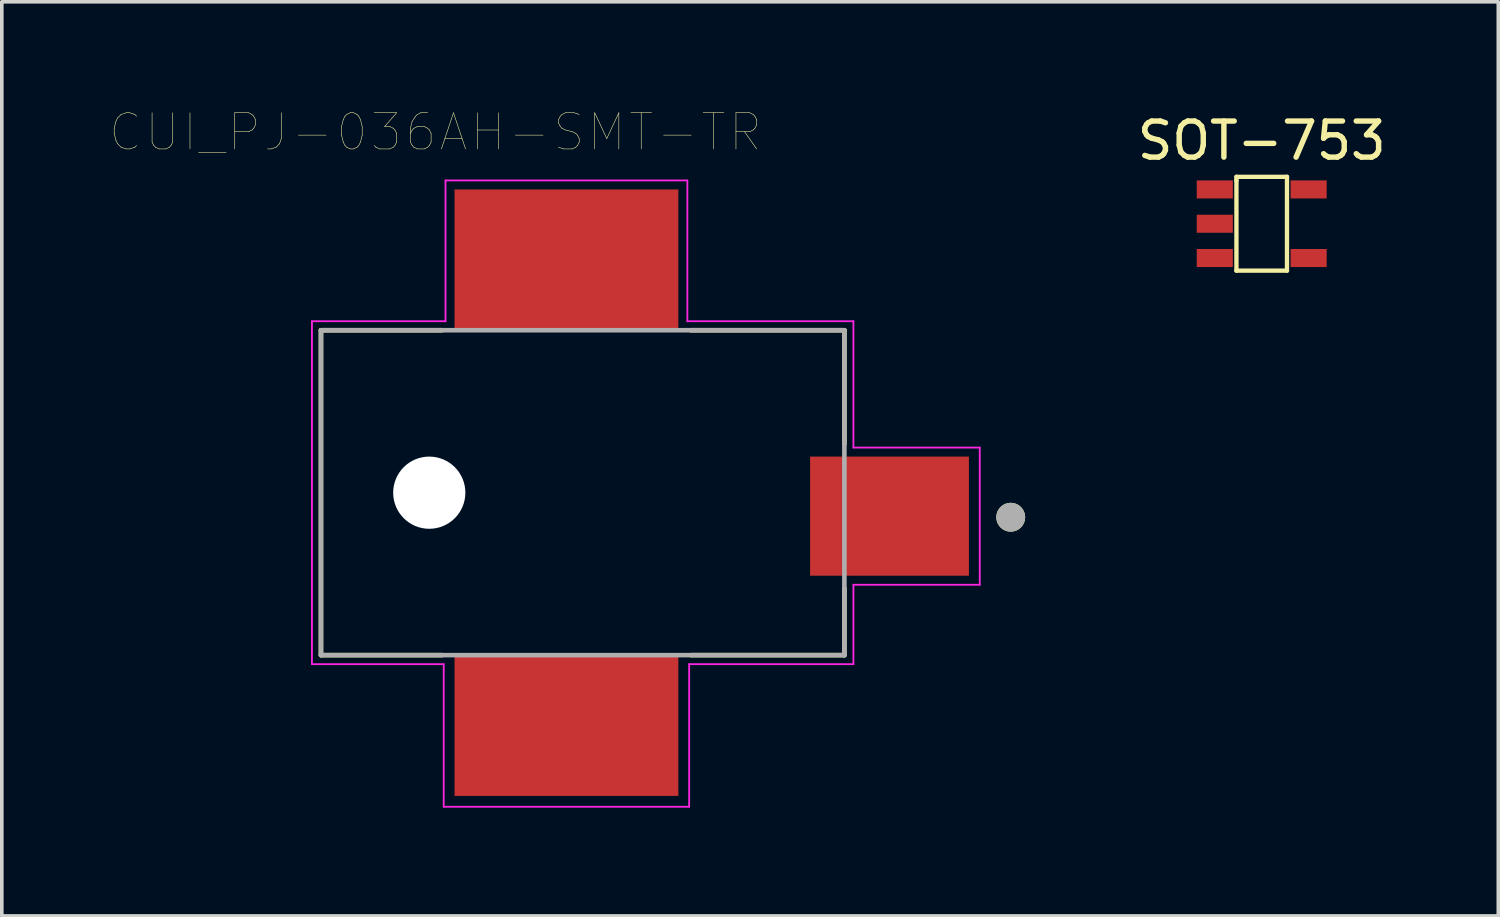
<source format=kicad_pcb>
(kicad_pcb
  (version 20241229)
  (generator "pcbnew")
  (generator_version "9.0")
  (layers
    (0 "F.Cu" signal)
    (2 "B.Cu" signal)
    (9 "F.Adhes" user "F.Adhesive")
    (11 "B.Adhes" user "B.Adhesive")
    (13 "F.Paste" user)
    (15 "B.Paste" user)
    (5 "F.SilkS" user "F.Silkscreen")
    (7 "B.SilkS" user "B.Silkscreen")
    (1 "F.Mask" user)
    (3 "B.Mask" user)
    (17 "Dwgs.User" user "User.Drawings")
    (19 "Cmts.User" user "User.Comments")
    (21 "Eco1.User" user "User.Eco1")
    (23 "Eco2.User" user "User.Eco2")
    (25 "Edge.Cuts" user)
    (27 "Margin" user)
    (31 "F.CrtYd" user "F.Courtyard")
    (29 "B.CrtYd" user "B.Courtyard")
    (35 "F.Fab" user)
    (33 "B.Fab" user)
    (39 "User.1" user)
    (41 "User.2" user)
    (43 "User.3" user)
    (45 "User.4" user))
  (footprint "SOT-753"
    (layer "F.Cu")
    (at 31.903 3.148)
    (property "Reference" "SOT-753" (at 0 -2.3 0) (layer "F.SilkS") (effects (font (size 1 1) (thickness 0.15))))
    (attr through_hole)
    (fp_line (start -0.7 -1.3) (end -0.7 -1.2) (stroke (width 0.12) (type solid)) (layer "F.SilkS"))
    (fp_line (start -0.7 -1.2) (end -0.7 1.3) (stroke (width 0.12) (type solid)) (layer "F.SilkS"))
    (fp_line (start -0.7 1.3) (end 0.7 1.3) (stroke (width 0.12) (type solid)) (layer "F.SilkS"))
    (fp_line (start 0.7 -1.3) (end -0.7 -1.3) (stroke (width 0.12) (type solid)) (layer "F.SilkS"))
    (fp_line (start 0.7 1.3) (end 0.7 -1.3) (stroke (width 0.12) (type solid)) (layer "F.SilkS"))
    (pad "1" smd rect (at -1.3 -0.95) (size 1 0.5) (layers "F.Cu" "F.Mask" "F.Paste"))
    (pad "2" smd rect (at -1.3 0) (size 1 0.5) (layers "F.Cu" "F.Mask" "F.Paste"))
    (pad "3" smd rect (at -1.3 0.95) (size 1 0.5) (layers "F.Cu" "F.Mask" "F.Paste"))
    (pad "4" smd rect (at 1.3 0.95) (size 1 0.5) (layers "F.Cu" "F.Mask" "F.Paste"))
    (pad "5" smd rect (at 1.3 -0.95) (size 1 0.5) (layers "F.Cu" "F.Mask" "F.Paste")))
  (footprint "CUI_PJ-036AH-SMT-TR"
    (layer "F.Cu")
    (at 21.592 11.249)
    (property "Reference" "CUI_PJ-036AH-SMT-TR" (at -12.58 -10.636 0) (layer "F.SilkS") (effects (font (size 1.002 1.002) (thickness 0.015))))
    (attr through_hole)
    (fp_line (start -15.75 -5.15) (end -15.75 3.85) (stroke (width 0.127) (type solid)) (layer "F.SilkS"))
    (fp_line (start -15.75 3.85) (end -12.4 3.85) (stroke (width 0.127) (type solid)) (layer "F.SilkS"))
    (fp_line (start -12.4 -5.15) (end -15.75 -5.15) (stroke (width 0.127) (type solid)) (layer "F.SilkS"))
    (fp_line (start -5.5 3.85) (end -1.25 3.85) (stroke (width 0.127) (type solid)) (layer "F.SilkS"))
    (fp_line (start -1.25 -5.15) (end -5.5 -5.15) (stroke (width 0.127) (type solid)) (layer "F.SilkS"))
    (fp_line (start -1.25 -2) (end -1.25 -5.15) (stroke (width 0.127) (type solid)) (layer "F.SilkS"))
    (fp_line (start -1.25 3.85) (end -1.25 2) (stroke (width 0.127) (type solid)) (layer "F.SilkS"))
    (fp_circle (center 3.358 0.03) (end 3.558 0.03) (stroke (width 0.4) (type solid)) (fill no) (layer "F.SilkS"))
    (fp_line (start -16 -5.4) (end -16 4.1) (stroke (width 0.05) (type solid)) (layer "F.CrtYd"))
    (fp_line (start -16 4.1) (end -12.35 4.1) (stroke (width 0.05) (type solid)) (layer "F.CrtYd"))
    (fp_line (start -12.35 4.1) (end -12.35 8.05) (stroke (width 0.05) (type solid)) (layer "F.CrtYd"))
    (fp_line (start -12.35 8.05) (end -5.55 8.05) (stroke (width 0.05) (type solid)) (layer "F.CrtYd"))
    (fp_line (start -12.3 -9.3) (end -5.6 -9.3) (stroke (width 0.05) (type solid)) (layer "F.CrtYd"))
    (fp_line (start -12.3 -5.4) (end -16 -5.4) (stroke (width 0.05) (type solid)) (layer "F.CrtYd"))
    (fp_line (start -12.3 -5.4) (end -12.3 -9.3) (stroke (width 0.05) (type solid)) (layer "F.CrtYd"))
    (fp_line (start -5.6 -9.3) (end -5.6 -5.4) (stroke (width 0.05) (type solid)) (layer "F.CrtYd"))
    (fp_line (start -5.55 4.1) (end -1 4.1) (stroke (width 0.05) (type solid)) (layer "F.CrtYd"))
    (fp_line (start -5.55 8.05) (end -5.55 4.1) (stroke (width 0.05) (type solid)) (layer "F.CrtYd"))
    (fp_line (start -1 -5.4) (end -5.6 -5.4) (stroke (width 0.05) (type solid)) (layer "F.CrtYd"))
    (fp_line (start -1 -1.9) (end -1 -5.4) (stroke (width 0.05) (type solid)) (layer "F.CrtYd"))
    (fp_line (start -1 -1.9) (end 2.5 -1.9) (stroke (width 0.05) (type solid)) (layer "F.CrtYd"))
    (fp_line (start -1 4.1) (end -1 1.9) (stroke (width 0.05) (type solid)) (layer "F.CrtYd"))
    (fp_line (start 2.5 -1.9) (end 2.5 1.9) (stroke (width 0.05) (type solid)) (layer "F.CrtYd"))
    (fp_line (start 2.5 1.9) (end -1 1.9) (stroke (width 0.05) (type solid)) (layer "F.CrtYd"))
    (fp_line (start -15.75 -5.15) (end -15.75 3.85) (stroke (width 0.127) (type solid)) (layer "F.Fab"))
    (fp_line (start -15.75 3.85) (end -1.25 3.85) (stroke (width 0.127) (type solid)) (layer "F.Fab"))
    (fp_line (start -1.25 -5.15) (end -15.75 -5.15) (stroke (width 0.127) (type solid)) (layer "F.Fab"))
    (fp_line (start -1.25 3.85) (end -1.25 -5.15) (stroke (width 0.127) (type solid)) (layer "F.Fab"))
    (fp_circle (center 3.358 0.03) (end 3.558 0.03) (stroke (width 0.4) (type solid)) (fill no) (layer "F.Fab"))
    (pad "" np_thru_hole circle (at -12.75 -0.65) (size 2 2) (drill 2) (layers "*.Cu" "*.Mask"))
    (pad "1" smd rect (at 0 0) (size 4.4 3.3) (layers "F.Cu" "F.Mask" "F.Paste"))
    (pad "2" smd rect (at -8.95 -7.1) (size 6.2 3.9) (layers "F.Cu" "F.Mask" "F.Paste"))
    (pad "3" smd rect (at -8.95 5.8) (size 6.2 3.9) (layers "F.Cu" "F.Mask" "F.Paste")))
  (gr_rect
    (start -3 -3)
    (end 38.457 22.324)
    (stroke (width 0.1) (type default))
    (fill no)
    (layer "Edge.Cuts")))
</source>
